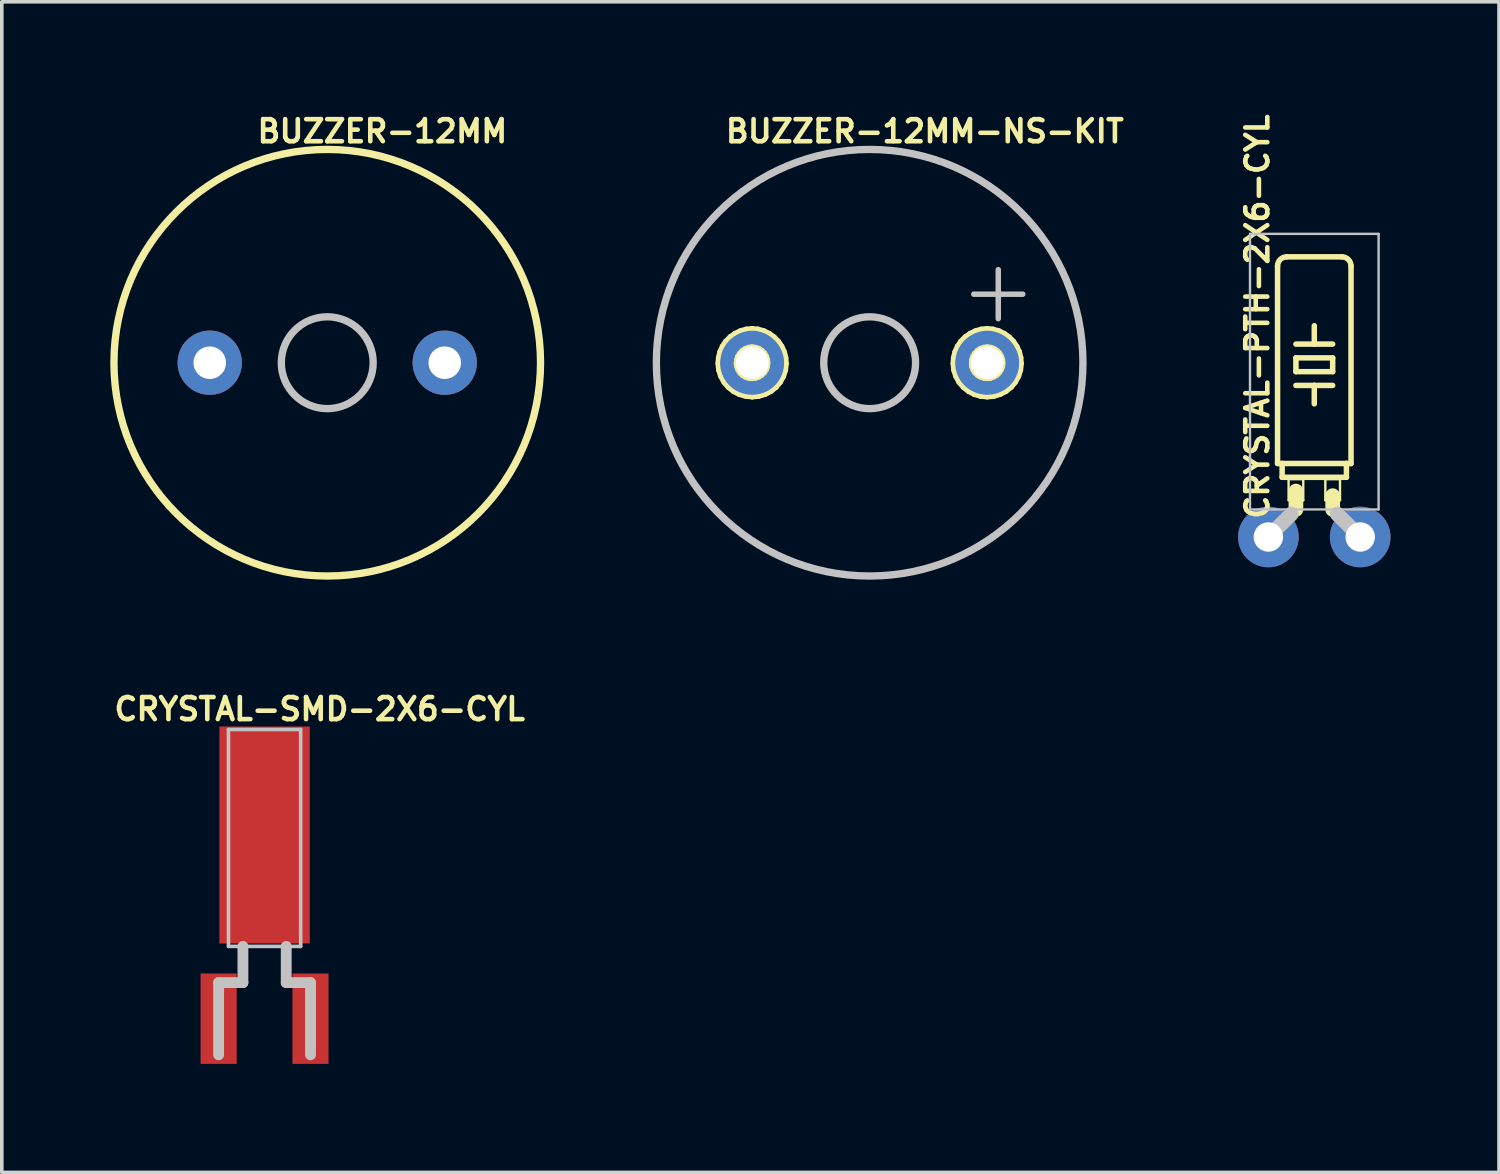
<source format=kicad_pcb>
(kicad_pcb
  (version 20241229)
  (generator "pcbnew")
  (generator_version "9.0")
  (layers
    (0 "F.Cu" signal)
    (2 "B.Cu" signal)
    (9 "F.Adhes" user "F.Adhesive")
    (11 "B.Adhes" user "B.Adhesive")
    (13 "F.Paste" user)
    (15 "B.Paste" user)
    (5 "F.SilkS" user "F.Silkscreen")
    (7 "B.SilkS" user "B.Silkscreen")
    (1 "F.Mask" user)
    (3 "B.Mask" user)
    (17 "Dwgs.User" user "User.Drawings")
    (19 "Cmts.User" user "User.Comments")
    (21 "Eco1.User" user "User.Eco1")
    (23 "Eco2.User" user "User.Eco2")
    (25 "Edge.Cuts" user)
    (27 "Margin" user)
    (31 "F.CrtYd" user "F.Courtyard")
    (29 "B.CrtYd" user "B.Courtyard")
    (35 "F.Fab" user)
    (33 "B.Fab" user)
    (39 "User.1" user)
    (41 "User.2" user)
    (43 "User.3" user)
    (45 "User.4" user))
  (footprint "BUZZER-12MM-NS-KIT"
    (layer "F.Cu")
    (at 20.998 6.98)
    (property "Reference" "BUZZER-12MM-NS-KIT" (at 1.524 -6.401 0) (layer "F.SilkS") (effects (font (size 0.61 0.61) (thickness 0.127))))
    (attr exclude_from_pos_files exclude_from_bom)
    (fp_line (start -4.201 0.02) (end -4.188 -0.142) (stroke (width 0.127) (type solid)) (layer "F.SilkS"))
    (fp_line (start -4.188 -0.142) (end -4.148 -0.307) (stroke (width 0.127) (type solid)) (layer "F.SilkS"))
    (fp_line (start -4.181 0.206) (end -4.201 0.02) (stroke (width 0.127) (type solid)) (layer "F.SilkS"))
    (fp_line (start -4.148 -0.307) (end -4.079 -0.46) (stroke (width 0.127) (type solid)) (layer "F.SilkS"))
    (fp_line (start -4.125 0.381) (end -4.181 0.206) (stroke (width 0.127) (type solid)) (layer "F.SilkS"))
    (fp_line (start -4.079 -0.46) (end -3.985 -0.599) (stroke (width 0.127) (type solid)) (layer "F.SilkS"))
    (fp_line (start -4.036 0.544) (end -4.125 0.381) (stroke (width 0.127) (type solid)) (layer "F.SilkS"))
    (fp_line (start -3.985 -0.599) (end -3.866 -0.719) (stroke (width 0.127) (type solid)) (layer "F.SilkS"))
    (fp_line (start -3.917 0.683) (end -4.036 0.544) (stroke (width 0.127) (type solid)) (layer "F.SilkS"))
    (fp_line (start -3.866 -0.719) (end -3.731 -0.815) (stroke (width 0.127) (type solid)) (layer "F.SilkS"))
    (fp_line (start -3.772 0.8) (end -3.917 0.683) (stroke (width 0.127) (type solid)) (layer "F.SilkS"))
    (fp_line (start -3.731 -0.815) (end -3.579 -0.889) (stroke (width 0.127) (type solid)) (layer "F.SilkS"))
    (fp_line (start -3.696 0.018) (end -3.686 -0.081) (stroke (width 0.127) (type solid)) (layer "F.SilkS"))
    (fp_line (start -3.686 -0.081) (end -3.655 -0.178) (stroke (width 0.127) (type solid)) (layer "F.SilkS"))
    (fp_line (start -3.68 0.114) (end -3.696 0.018) (stroke (width 0.127) (type solid)) (layer "F.SilkS"))
    (fp_line (start -3.655 -0.178) (end -3.602 -0.264) (stroke (width 0.127) (type solid)) (layer "F.SilkS"))
    (fp_line (start -3.647 0.206) (end -3.68 0.114) (stroke (width 0.127) (type solid)) (layer "F.SilkS"))
    (fp_line (start -3.609 0.884) (end -3.772 0.8) (stroke (width 0.127) (type solid)) (layer "F.SilkS"))
    (fp_line (start -3.602 -0.264) (end -3.531 -0.34) (stroke (width 0.127) (type solid)) (layer "F.SilkS"))
    (fp_line (start -3.594 0.287) (end -3.647 0.206) (stroke (width 0.127) (type solid)) (layer "F.SilkS"))
    (fp_line (start -3.579 -0.889) (end -3.416 -0.935) (stroke (width 0.127) (type solid)) (layer "F.SilkS"))
    (fp_line (start -3.531 -0.34) (end -3.447 -0.396) (stroke (width 0.127) (type solid)) (layer "F.SilkS"))
    (fp_line (start -3.523 0.356) (end -3.594 0.287) (stroke (width 0.127) (type solid)) (layer "F.SilkS"))
    (fp_line (start -3.447 -0.396) (end -3.35 -0.432) (stroke (width 0.127) (type solid)) (layer "F.SilkS"))
    (fp_line (start -3.439 0.404) (end -3.523 0.356) (stroke (width 0.127) (type solid)) (layer "F.SilkS"))
    (fp_line (start -3.432 0.935) (end -3.609 0.884) (stroke (width 0.127) (type solid)) (layer "F.SilkS"))
    (fp_line (start -3.416 -0.935) (end -3.251 -0.953) (stroke (width 0.127) (type solid)) (layer "F.SilkS"))
    (fp_line (start -3.35 -0.432) (end -3.251 -0.445) (stroke (width 0.127) (type solid)) (layer "F.SilkS"))
    (fp_line (start -3.348 0.434) (end -3.439 0.404) (stroke (width 0.127) (type solid)) (layer "F.SilkS"))
    (fp_line (start -3.251 -0.953) (end -3.084 -0.935) (stroke (width 0.127) (type solid)) (layer "F.SilkS"))
    (fp_line (start -3.251 -0.445) (end -3.15 -0.432) (stroke (width 0.127) (type solid)) (layer "F.SilkS"))
    (fp_line (start -3.251 0.445) (end -3.348 0.434) (stroke (width 0.127) (type solid)) (layer "F.SilkS"))
    (fp_line (start -3.249 0.953) (end -3.432 0.935) (stroke (width 0.127) (type solid)) (layer "F.SilkS"))
    (fp_line (start -3.152 0.434) (end -3.251 0.445) (stroke (width 0.127) (type solid)) (layer "F.SilkS"))
    (fp_line (start -3.15 -0.432) (end -3.056 -0.399) (stroke (width 0.127) (type solid)) (layer "F.SilkS"))
    (fp_line (start -3.084 -0.935) (end -2.921 -0.889) (stroke (width 0.127) (type solid)) (layer "F.SilkS"))
    (fp_line (start -3.063 0.935) (end -3.249 0.953) (stroke (width 0.127) (type solid)) (layer "F.SilkS"))
    (fp_line (start -3.061 0.401) (end -3.152 0.434) (stroke (width 0.127) (type solid)) (layer "F.SilkS"))
    (fp_line (start -3.056 -0.399) (end -2.972 -0.343) (stroke (width 0.127) (type solid)) (layer "F.SilkS"))
    (fp_line (start -2.977 0.351) (end -3.061 0.401) (stroke (width 0.127) (type solid)) (layer "F.SilkS"))
    (fp_line (start -2.972 -0.343) (end -2.901 -0.272) (stroke (width 0.127) (type solid)) (layer "F.SilkS"))
    (fp_line (start -2.921 -0.889) (end -2.769 -0.815) (stroke (width 0.127) (type solid)) (layer "F.SilkS"))
    (fp_line (start -2.906 0.282) (end -2.977 0.351) (stroke (width 0.127) (type solid)) (layer "F.SilkS"))
    (fp_line (start -2.901 -0.272) (end -2.85 -0.185) (stroke (width 0.127) (type solid)) (layer "F.SilkS"))
    (fp_line (start -2.888 0.884) (end -3.063 0.935) (stroke (width 0.127) (type solid)) (layer "F.SilkS"))
    (fp_line (start -2.852 0.198) (end -2.906 0.282) (stroke (width 0.127) (type solid)) (layer "F.SilkS"))
    (fp_line (start -2.85 -0.185) (end -2.817 -0.089) (stroke (width 0.127) (type solid)) (layer "F.SilkS"))
    (fp_line (start -2.819 0.107) (end -2.852 0.198) (stroke (width 0.127) (type solid)) (layer "F.SilkS"))
    (fp_line (start -2.817 -0.089) (end -2.809 0.008) (stroke (width 0.127) (type solid)) (layer "F.SilkS"))
    (fp_line (start -2.809 0.008) (end -2.819 0.107) (stroke (width 0.127) (type solid)) (layer "F.SilkS"))
    (fp_line (start -2.769 -0.815) (end -2.634 -0.716) (stroke (width 0.127) (type solid)) (layer "F.SilkS"))
    (fp_line (start -2.725 0.8) (end -2.888 0.884) (stroke (width 0.127) (type solid)) (layer "F.SilkS"))
    (fp_line (start -2.634 -0.716) (end -2.517 -0.597) (stroke (width 0.127) (type solid)) (layer "F.SilkS"))
    (fp_line (start -2.581 0.683) (end -2.725 0.8) (stroke (width 0.127) (type solid)) (layer "F.SilkS"))
    (fp_line (start -2.517 -0.597) (end -2.423 -0.457) (stroke (width 0.127) (type solid)) (layer "F.SilkS"))
    (fp_line (start -2.464 0.544) (end -2.581 0.683) (stroke (width 0.127) (type solid)) (layer "F.SilkS"))
    (fp_line (start -2.423 -0.457) (end -2.352 -0.305) (stroke (width 0.127) (type solid)) (layer "F.SilkS"))
    (fp_line (start -2.375 0.381) (end -2.464 0.544) (stroke (width 0.127) (type solid)) (layer "F.SilkS"))
    (fp_line (start -2.352 -0.305) (end -2.311 -0.14) (stroke (width 0.127) (type solid)) (layer "F.SilkS"))
    (fp_line (start -2.319 0.206) (end -2.375 0.381) (stroke (width 0.127) (type solid)) (layer "F.SilkS"))
    (fp_line (start -2.311 -0.14) (end -2.299 0.025) (stroke (width 0.127) (type solid)) (layer "F.SilkS"))
    (fp_line (start -2.299 0.025) (end -2.319 0.206) (stroke (width 0.127) (type solid)) (layer "F.SilkS"))
    (fp_line (start 2.299 0.02) (end 2.311 -0.142) (stroke (width 0.127) (type solid)) (layer "F.SilkS"))
    (fp_line (start 2.311 -0.142) (end 2.352 -0.307) (stroke (width 0.127) (type solid)) (layer "F.SilkS"))
    (fp_line (start 2.319 0.206) (end 2.299 0.02) (stroke (width 0.127) (type solid)) (layer "F.SilkS"))
    (fp_line (start 2.352 -0.307) (end 2.421 -0.46) (stroke (width 0.127) (type solid)) (layer "F.SilkS"))
    (fp_line (start 2.375 0.381) (end 2.319 0.206) (stroke (width 0.127) (type solid)) (layer "F.SilkS"))
    (fp_line (start 2.421 -0.46) (end 2.515 -0.599) (stroke (width 0.127) (type solid)) (layer "F.SilkS"))
    (fp_line (start 2.464 0.544) (end 2.375 0.381) (stroke (width 0.127) (type solid)) (layer "F.SilkS"))
    (fp_line (start 2.515 -0.599) (end 2.634 -0.719) (stroke (width 0.127) (type solid)) (layer "F.SilkS"))
    (fp_line (start 2.583 0.683) (end 2.464 0.544) (stroke (width 0.127) (type solid)) (layer "F.SilkS"))
    (fp_line (start 2.634 -0.719) (end 2.769 -0.815) (stroke (width 0.127) (type solid)) (layer "F.SilkS"))
    (fp_line (start 2.728 0.8) (end 2.583 0.683) (stroke (width 0.127) (type solid)) (layer "F.SilkS"))
    (fp_line (start 2.769 -0.815) (end 2.921 -0.889) (stroke (width 0.127) (type solid)) (layer "F.SilkS"))
    (fp_line (start 2.807 0.018) (end 2.814 -0.081) (stroke (width 0.127) (type solid)) (layer "F.SilkS"))
    (fp_line (start 2.814 -0.081) (end 2.845 -0.178) (stroke (width 0.127) (type solid)) (layer "F.SilkS"))
    (fp_line (start 2.819 0.114) (end 2.807 0.018) (stroke (width 0.127) (type solid)) (layer "F.SilkS"))
    (fp_line (start 2.845 -0.178) (end 2.898 -0.264) (stroke (width 0.127) (type solid)) (layer "F.SilkS"))
    (fp_line (start 2.852 0.206) (end 2.819 0.114) (stroke (width 0.127) (type solid)) (layer "F.SilkS"))
    (fp_line (start 2.891 0.884) (end 2.728 0.8) (stroke (width 0.127) (type solid)) (layer "F.SilkS"))
    (fp_line (start 2.898 -0.264) (end 2.969 -0.34) (stroke (width 0.127) (type solid)) (layer "F.SilkS"))
    (fp_line (start 2.906 0.287) (end 2.852 0.206) (stroke (width 0.127) (type solid)) (layer "F.SilkS"))
    (fp_line (start 2.921 -0.889) (end 3.084 -0.935) (stroke (width 0.127) (type solid)) (layer "F.SilkS"))
    (fp_line (start 2.969 -0.34) (end 3.053 -0.396) (stroke (width 0.127) (type solid)) (layer "F.SilkS"))
    (fp_line (start 2.977 0.356) (end 2.906 0.287) (stroke (width 0.127) (type solid)) (layer "F.SilkS"))
    (fp_line (start 3.053 -0.396) (end 3.15 -0.432) (stroke (width 0.127) (type solid)) (layer "F.SilkS"))
    (fp_line (start 3.061 0.404) (end 2.977 0.356) (stroke (width 0.127) (type solid)) (layer "F.SilkS"))
    (fp_line (start 3.068 0.935) (end 2.891 0.884) (stroke (width 0.127) (type solid)) (layer "F.SilkS"))
    (fp_line (start 3.084 -0.935) (end 3.251 -0.953) (stroke (width 0.127) (type solid)) (layer "F.SilkS"))
    (fp_line (start 3.15 -0.432) (end 3.251 -0.445) (stroke (width 0.127) (type solid)) (layer "F.SilkS"))
    (fp_line (start 3.152 0.434) (end 3.061 0.404) (stroke (width 0.127) (type solid)) (layer "F.SilkS"))
    (fp_line (start 3.251 -0.953) (end 3.416 -0.935) (stroke (width 0.127) (type solid)) (layer "F.SilkS"))
    (fp_line (start 3.251 -0.445) (end 3.35 -0.432) (stroke (width 0.127) (type solid)) (layer "F.SilkS"))
    (fp_line (start 3.251 0.445) (end 3.152 0.434) (stroke (width 0.127) (type solid)) (layer "F.SilkS"))
    (fp_line (start 3.251 0.953) (end 3.068 0.935) (stroke (width 0.127) (type solid)) (layer "F.SilkS"))
    (fp_line (start 3.348 0.434) (end 3.251 0.445) (stroke (width 0.127) (type solid)) (layer "F.SilkS"))
    (fp_line (start 3.35 -0.432) (end 3.444 -0.399) (stroke (width 0.127) (type solid)) (layer "F.SilkS"))
    (fp_line (start 3.416 -0.935) (end 3.579 -0.889) (stroke (width 0.127) (type solid)) (layer "F.SilkS"))
    (fp_line (start 3.437 0.935) (end 3.251 0.953) (stroke (width 0.127) (type solid)) (layer "F.SilkS"))
    (fp_line (start 3.439 0.401) (end 3.348 0.434) (stroke (width 0.127) (type solid)) (layer "F.SilkS"))
    (fp_line (start 3.444 -0.399) (end 3.528 -0.343) (stroke (width 0.127) (type solid)) (layer "F.SilkS"))
    (fp_line (start 3.523 0.351) (end 3.439 0.401) (stroke (width 0.127) (type solid)) (layer "F.SilkS"))
    (fp_line (start 3.528 -0.343) (end 3.599 -0.272) (stroke (width 0.127) (type solid)) (layer "F.SilkS"))
    (fp_line (start 3.579 -0.889) (end 3.731 -0.815) (stroke (width 0.127) (type solid)) (layer "F.SilkS"))
    (fp_line (start 3.594 0.282) (end 3.523 0.351) (stroke (width 0.127) (type solid)) (layer "F.SilkS"))
    (fp_line (start 3.599 -0.272) (end 3.65 -0.185) (stroke (width 0.127) (type solid)) (layer "F.SilkS"))
    (fp_line (start 3.612 0.884) (end 3.437 0.935) (stroke (width 0.127) (type solid)) (layer "F.SilkS"))
    (fp_line (start 3.647 0.198) (end 3.594 0.282) (stroke (width 0.127) (type solid)) (layer "F.SilkS"))
    (fp_line (start 3.65 -0.185) (end 3.683 -0.089) (stroke (width 0.127) (type solid)) (layer "F.SilkS"))
    (fp_line (start 3.68 0.107) (end 3.647 0.198) (stroke (width 0.127) (type solid)) (layer "F.SilkS"))
    (fp_line (start 3.683 -0.089) (end 3.691 0.008) (stroke (width 0.127) (type solid)) (layer "F.SilkS"))
    (fp_line (start 3.691 0.008) (end 3.68 0.107) (stroke (width 0.127) (type solid)) (layer "F.SilkS"))
    (fp_line (start 3.731 -0.815) (end 3.866 -0.716) (stroke (width 0.127) (type solid)) (layer "F.SilkS"))
    (fp_line (start 3.774 0.8) (end 3.612 0.884) (stroke (width 0.127) (type solid)) (layer "F.SilkS"))
    (fp_line (start 3.866 -0.716) (end 3.983 -0.597) (stroke (width 0.127) (type solid)) (layer "F.SilkS"))
    (fp_line (start 3.919 0.683) (end 3.774 0.8) (stroke (width 0.127) (type solid)) (layer "F.SilkS"))
    (fp_line (start 3.983 -0.597) (end 4.077 -0.457) (stroke (width 0.127) (type solid)) (layer "F.SilkS"))
    (fp_line (start 4.036 0.544) (end 3.919 0.683) (stroke (width 0.127) (type solid)) (layer "F.SilkS"))
    (fp_line (start 4.077 -0.457) (end 4.148 -0.305) (stroke (width 0.127) (type solid)) (layer "F.SilkS"))
    (fp_line (start 4.125 0.381) (end 4.036 0.544) (stroke (width 0.127) (type solid)) (layer "F.SilkS"))
    (fp_line (start 4.148 -0.305) (end 4.188 -0.14) (stroke (width 0.127) (type solid)) (layer "F.SilkS"))
    (fp_line (start 4.181 0.206) (end 4.125 0.381) (stroke (width 0.127) (type solid)) (layer "F.SilkS"))
    (fp_line (start 4.188 -0.14) (end 4.201 0.025) (stroke (width 0.127) (type solid)) (layer "F.SilkS"))
    (fp_line (start 4.201 0.025) (end 4.181 0.206) (stroke (width 0.127) (type solid)) (layer "F.SilkS"))
    (fp_circle (center 0 0) (end 0 -5.898) (stroke (width 0.203) (type solid)) (fill no) (layer "Dwgs.User"))
    (fp_circle (center 0 0) (end 0 -1.27) (stroke (width 0.203) (type solid)) (fill no) (layer "Dwgs.User"))
    (fp_text user "+" (at 3.556 -2.032 0) (layer "Dwgs.User") (effects (font (size 1.778 1.778) (thickness 0.152))))
    (pad "+" thru_hole circle (at 3.249 0) (size 1.88 1.88) (drill 0.899) (layers "*.Cu" "*.Paste" "*.Mask"))
    (pad "-" thru_hole circle (at -3.249 0) (size 1.88 1.88) (drill 0.899) (layers "*.Cu" "*.Paste" "*.Mask")))
  (footprint "CRYSTAL-PTH-2X6-CYL"
    (layer "F.Cu")
    (at 33.293 11.799)
    (property "Reference" "CRYSTAL-PTH-2X6-CYL" (at -1.575 -6.096 90) (layer "F.SilkS") (effects (font (size 0.61 0.61) (thickness 0.127))))
    (attr exclude_from_pos_files exclude_from_bom)
    (fp_line (start -1.016 -2.032) (end -1.016 -7.493) (stroke (width 0.152) (type solid)) (layer "F.SilkS"))
    (fp_line (start -1.016 -2.032) (end -0.889 -2.032) (stroke (width 0.152) (type solid)) (layer "F.SilkS"))
    (fp_line (start -0.889 -1.651) (end -0.889 -2.032) (stroke (width 0.152) (type solid)) (layer "F.SilkS"))
    (fp_line (start -0.889 -1.651) (end 0.889 -1.651) (stroke (width 0.152) (type solid)) (layer "F.SilkS"))
    (fp_line (start -0.762 -7.747) (end 0.762 -7.747) (stroke (width 0.152) (type solid)) (layer "F.SilkS"))
    (fp_line (start -0.711 -1.6) (end -0.305 -1.6) (stroke (width 0.066) (type solid)) (layer "F.SilkS"))
    (fp_line (start -0.711 -1.016) (end -0.711 -1.6) (stroke (width 0.066) (type solid)) (layer "F.SilkS"))
    (fp_line (start -0.711 -1.016) (end -0.305 -1.016) (stroke (width 0.066) (type solid)) (layer "F.SilkS"))
    (fp_line (start -0.508 -5.334) (end 0 -5.334) (stroke (width 0.152) (type solid)) (layer "F.SilkS"))
    (fp_line (start -0.508 -4.953) (end -0.508 -4.572) (stroke (width 0.152) (type solid)) (layer "F.SilkS"))
    (fp_line (start -0.508 -4.953) (end 0.508 -4.953) (stroke (width 0.152) (type solid)) (layer "F.SilkS"))
    (fp_line (start -0.508 -4.191) (end 0 -4.191) (stroke (width 0.152) (type solid)) (layer "F.SilkS"))
    (fp_line (start -0.508 -0.762) (end -0.508 -1.27) (stroke (width 0.406) (type solid)) (layer "F.SilkS"))
    (fp_line (start -0.305 -1.016) (end -0.305 -1.6) (stroke (width 0.066) (type solid)) (layer "F.SilkS"))
    (fp_line (start 0 -5.334) (end 0 -5.842) (stroke (width 0.152) (type solid)) (layer "F.SilkS"))
    (fp_line (start 0 -5.334) (end 0.508 -5.334) (stroke (width 0.152) (type solid)) (layer "F.SilkS"))
    (fp_line (start 0 -4.191) (end 0 -3.683) (stroke (width 0.152) (type solid)) (layer "F.SilkS"))
    (fp_line (start 0 -4.191) (end 0.508 -4.191) (stroke (width 0.152) (type solid)) (layer "F.SilkS"))
    (fp_line (start 0.305 -1.6) (end 0.711 -1.6) (stroke (width 0.066) (type solid)) (layer "F.SilkS"))
    (fp_line (start 0.305 -1.016) (end 0.305 -1.6) (stroke (width 0.066) (type solid)) (layer "F.SilkS"))
    (fp_line (start 0.305 -1.016) (end 0.711 -1.016) (stroke (width 0.066) (type solid)) (layer "F.SilkS"))
    (fp_line (start 0.508 -4.572) (end -0.508 -4.572) (stroke (width 0.152) (type solid)) (layer "F.SilkS"))
    (fp_line (start 0.508 -4.572) (end 0.508 -4.953) (stroke (width 0.152) (type solid)) (layer "F.SilkS"))
    (fp_line (start 0.508 -0.762) (end 0.508 -1.143) (stroke (width 0.406) (type solid)) (layer "F.SilkS"))
    (fp_line (start 0.711 -1.016) (end 0.711 -1.6) (stroke (width 0.066) (type solid)) (layer "F.SilkS"))
    (fp_line (start 0.889 -2.032) (end -0.889 -2.032) (stroke (width 0.152) (type solid)) (layer "F.SilkS"))
    (fp_line (start 0.889 -1.651) (end 0.889 -2.032) (stroke (width 0.152) (type solid)) (layer "F.SilkS"))
    (fp_line (start 1.016 -2.032) (end 0.889 -2.032) (stroke (width 0.152) (type solid)) (layer "F.SilkS"))
    (fp_line (start 1.016 -2.032) (end 1.016 -7.493) (stroke (width 0.152) (type solid)) (layer "F.SilkS"))
    (fp_arc (start -1.016 -7.493) (mid -0.941605 -7.672605) (end -0.762 -7.747) (stroke (width 0.1524) (type solid)) (layer "F.SilkS"))
    (fp_arc (start 0.762 -7.747) (mid 0.941605 -7.672605) (end 1.016 -7.493) (stroke (width 0.1524) (type solid)) (layer "F.SilkS"))
    (fp_line (start -1.778 -8.382) (end 1.778 -8.382) (stroke (width 0.066) (type solid)) (layer "Dwgs.User"))
    (fp_line (start -1.778 -0.762) (end -1.778 -8.382) (stroke (width 0.066) (type solid)) (layer "Dwgs.User"))
    (fp_line (start -1.778 -0.762) (end 1.778 -0.762) (stroke (width 0.066) (type solid)) (layer "Dwgs.User"))
    (fp_line (start -0.635 -0.635) (end -1.27 0) (stroke (width 0.406) (type solid)) (layer "Dwgs.User"))
    (fp_line (start 0.635 -0.635) (end 1.27 0) (stroke (width 0.406) (type solid)) (layer "Dwgs.User"))
    (fp_line (start 1.778 -0.762) (end 1.778 -8.382) (stroke (width 0.066) (type solid)) (layer "Dwgs.User"))
    (pad "1" thru_hole circle (at -1.27 0) (size 1.676 1.676) (drill 0.813) (layers "*.Cu" "*.Paste" "*.Mask"))
    (pad "2" thru_hole circle (at 1.27 0) (size 1.676 1.676) (drill 0.813) (layers "*.Cu" "*.Paste" "*.Mask")))
  (footprint "BUZZER-12MM"
    (layer "F.Cu")
    (at 5.999 6.98)
    (property "Reference" "BUZZER-12MM" (at 1.524 -6.401 0) (layer "F.SilkS") (effects (font (size 0.61 0.61) (thickness 0.127))))
    (attr exclude_from_pos_files exclude_from_bom)
    (fp_circle (center 0 0) (end 0 -5.898) (stroke (width 0.203) (type solid)) (fill no) (layer "F.SilkS"))
    (fp_circle (center 0 0) (end 0 -1.27) (stroke (width 0.203) (type solid)) (fill no) (layer "Dwgs.User"))
    (pad "+" thru_hole circle (at 3.249 0) (size 1.778 1.778) (drill 0.899) (layers "*.Cu" "*.Paste" "*.Mask"))
    (pad "-" thru_hole circle (at -3.249 0) (size 1.778 1.778) (drill 0.899) (layers "*.Cu" "*.Paste" "*.Mask")))
  (footprint "CRYSTAL-SMD-2X6-CYL"
    (layer "F.Cu")
    (at 4.266 25.119)
    (property "Reference" "CRYSTAL-SMD-2X6-CYL" (at 1.524 -8.56 0) (layer "F.SilkS") (effects (font (size 0.61 0.61) (thickness 0.127))))
    (attr smd)
    (fp_line (start -1.27 -0.998) (end -0.599 -0.998) (stroke (width 0.3) (type solid)) (layer "Dwgs.User"))
    (fp_line (start -1.27 0.998) (end -1.27 -0.998) (stroke (width 0.3) (type solid)) (layer "Dwgs.User"))
    (fp_line (start -0.998 -7.998) (end -0.998 -1.999) (stroke (width 0.099) (type solid)) (layer "Dwgs.User"))
    (fp_line (start -0.998 -1.999) (end 0.998 -1.999) (stroke (width 0.099) (type solid)) (layer "Dwgs.User"))
    (fp_line (start -0.599 -1.999) (end -0.498 -1.999) (stroke (width 0.127) (type solid)) (layer "Dwgs.User"))
    (fp_line (start -0.599 -0.998) (end -0.599 -1.999) (stroke (width 0.3) (type solid)) (layer "Dwgs.User"))
    (fp_line (start 0.599 -1.999) (end 0.498 -1.999) (stroke (width 0.127) (type solid)) (layer "Dwgs.User"))
    (fp_line (start 0.599 -0.998) (end 0.599 -1.999) (stroke (width 0.3) (type solid)) (layer "Dwgs.User"))
    (fp_line (start 0.998 -7.998) (end -0.998 -7.998) (stroke (width 0.099) (type solid)) (layer "Dwgs.User"))
    (fp_line (start 0.998 -1.999) (end 0.998 -7.998) (stroke (width 0.099) (type solid)) (layer "Dwgs.User"))
    (fp_line (start 1.27 -0.998) (end 0.599 -0.998) (stroke (width 0.3) (type solid)) (layer "Dwgs.User"))
    (fp_line (start 1.27 0.998) (end 1.27 -0.998) (stroke (width 0.3) (type solid)) (layer "Dwgs.User"))
    (pad "SHEI" smd rect (at 0 -5.08) (size 2.499 5.999) (layers "F.Cu" "F.Mask" "F.Paste"))
    (pad "X1" smd rect (at -1.27 0) (size 0.998 2.499) (layers "F.Cu" "F.Mask" "F.Paste"))
    (pad "X2" smd rect (at 1.27 0) (size 0.998 2.499) (layers "F.Cu" "F.Mask" "F.Paste")))
  (gr_rect
    (start -3 -3)
    (end 38.401 29.369)
    (stroke (width 0.1) (type default))
    (fill no)
    (layer "Edge.Cuts")))
</source>
